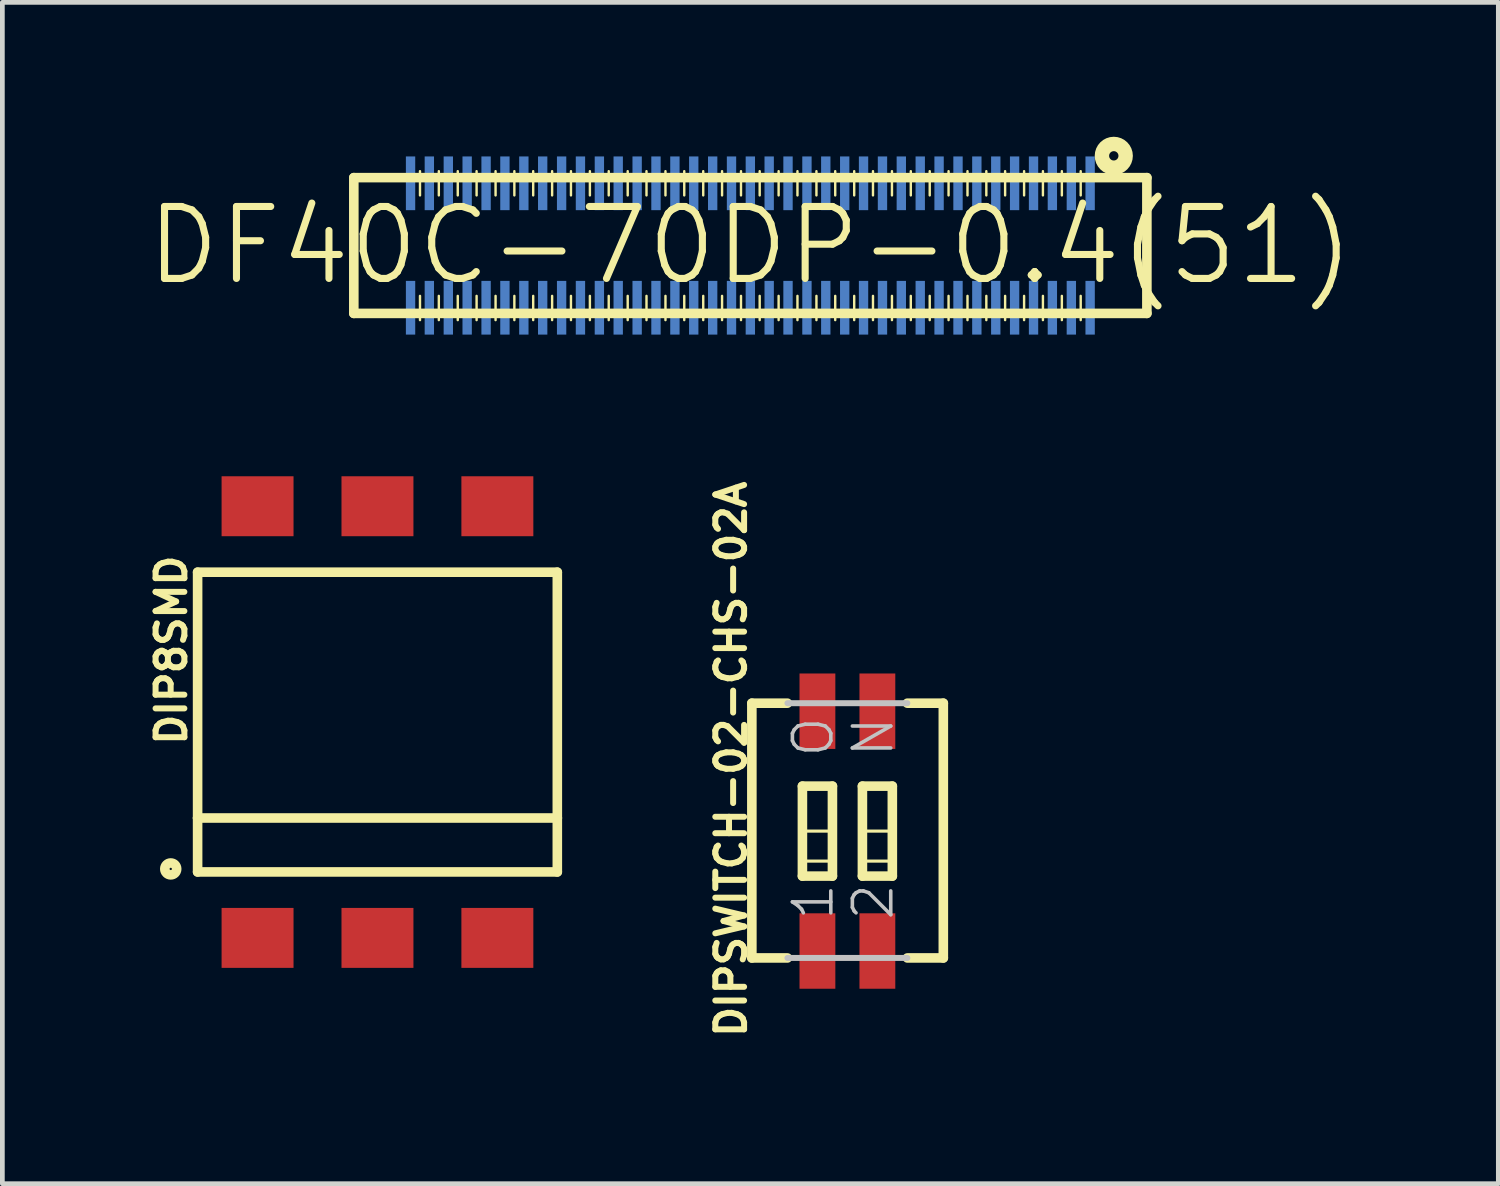
<source format=kicad_pcb>
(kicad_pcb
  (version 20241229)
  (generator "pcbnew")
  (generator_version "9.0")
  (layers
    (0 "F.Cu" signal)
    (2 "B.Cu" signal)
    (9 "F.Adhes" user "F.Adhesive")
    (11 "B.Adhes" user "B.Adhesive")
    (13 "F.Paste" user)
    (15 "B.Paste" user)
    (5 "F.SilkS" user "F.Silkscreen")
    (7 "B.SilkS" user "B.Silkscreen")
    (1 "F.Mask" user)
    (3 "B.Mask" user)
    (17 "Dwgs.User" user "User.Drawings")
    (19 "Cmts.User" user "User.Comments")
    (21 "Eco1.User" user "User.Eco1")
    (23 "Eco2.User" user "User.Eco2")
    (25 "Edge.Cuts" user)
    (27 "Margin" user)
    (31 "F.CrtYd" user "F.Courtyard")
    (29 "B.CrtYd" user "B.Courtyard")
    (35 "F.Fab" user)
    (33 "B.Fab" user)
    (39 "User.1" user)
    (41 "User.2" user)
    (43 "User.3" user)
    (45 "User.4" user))
  (footprint "DF40C-70DP-0.4(51)"
    (layer "F.Cu")
    (at 12.845 2.151)
    (property "Reference" "DF40C-70DP-0.4(51)" (at 0 0 0) (layer "F.SilkS") (effects (font (size 1.524 1.524) (thickness 0.15))))
    (attr smd)
    (fp_line (start -8.4 -1.438) (end 8.4 -1.438) (stroke (width 0.203) (type solid)) (layer "F.SilkS"))
    (fp_line (start -8.4 1.438) (end -8.4 -1.438) (stroke (width 0.203) (type solid)) (layer "F.SilkS"))
    (fp_line (start -6.998 -1.062) (end -6.998 -1.575) (stroke (width 0.051) (type solid)) (layer "F.SilkS"))
    (fp_line (start -6.998 1.58) (end -6.998 1.067) (stroke (width 0.051) (type solid)) (layer "F.SilkS"))
    (fp_line (start -6.599 -1.062) (end -6.599 -1.575) (stroke (width 0.051) (type solid)) (layer "F.SilkS"))
    (fp_line (start -6.599 1.58) (end -6.599 1.067) (stroke (width 0.051) (type solid)) (layer "F.SilkS"))
    (fp_line (start -6.198 -1.062) (end -6.198 -1.575) (stroke (width 0.051) (type solid)) (layer "F.SilkS"))
    (fp_line (start -6.198 1.58) (end -6.198 1.067) (stroke (width 0.051) (type solid)) (layer "F.SilkS"))
    (fp_line (start -5.799 -1.062) (end -5.799 -1.575) (stroke (width 0.051) (type solid)) (layer "F.SilkS"))
    (fp_line (start -5.799 1.58) (end -5.799 1.067) (stroke (width 0.051) (type solid)) (layer "F.SilkS"))
    (fp_line (start -5.397 -1.062) (end -5.397 -1.575) (stroke (width 0.051) (type solid)) (layer "F.SilkS"))
    (fp_line (start -5.397 1.58) (end -5.397 1.067) (stroke (width 0.051) (type solid)) (layer "F.SilkS"))
    (fp_line (start -4.999 -1.062) (end -4.999 -1.575) (stroke (width 0.051) (type solid)) (layer "F.SilkS"))
    (fp_line (start -4.999 1.58) (end -4.999 1.067) (stroke (width 0.051) (type solid)) (layer "F.SilkS"))
    (fp_line (start -4.6 -1.062) (end -4.6 -1.575) (stroke (width 0.051) (type solid)) (layer "F.SilkS"))
    (fp_line (start -4.6 1.58) (end -4.6 1.067) (stroke (width 0.051) (type solid)) (layer "F.SilkS"))
    (fp_line (start -4.199 -1.062) (end -4.199 -1.575) (stroke (width 0.051) (type solid)) (layer "F.SilkS"))
    (fp_line (start -4.199 1.58) (end -4.199 1.067) (stroke (width 0.051) (type solid)) (layer "F.SilkS"))
    (fp_line (start -3.8 -1.062) (end -3.8 -1.575) (stroke (width 0.051) (type solid)) (layer "F.SilkS"))
    (fp_line (start -3.8 1.58) (end -3.8 1.067) (stroke (width 0.051) (type solid)) (layer "F.SilkS"))
    (fp_line (start -3.399 -1.062) (end -3.399 -1.575) (stroke (width 0.051) (type solid)) (layer "F.SilkS"))
    (fp_line (start -3.399 1.58) (end -3.399 1.067) (stroke (width 0.051) (type solid)) (layer "F.SilkS"))
    (fp_line (start -3 -1.062) (end -3 -1.575) (stroke (width 0.051) (type solid)) (layer "F.SilkS"))
    (fp_line (start -3 1.58) (end -3 1.067) (stroke (width 0.051) (type solid)) (layer "F.SilkS"))
    (fp_line (start -2.598 -1.062) (end -2.598 -1.575) (stroke (width 0.051) (type solid)) (layer "F.SilkS"))
    (fp_line (start -2.598 1.58) (end -2.598 1.067) (stroke (width 0.051) (type solid)) (layer "F.SilkS"))
    (fp_line (start -2.2 -1.062) (end -2.2 -1.575) (stroke (width 0.051) (type solid)) (layer "F.SilkS"))
    (fp_line (start -2.2 1.58) (end -2.2 1.067) (stroke (width 0.051) (type solid)) (layer "F.SilkS"))
    (fp_line (start -1.798 -1.062) (end -1.798 -1.575) (stroke (width 0.051) (type solid)) (layer "F.SilkS"))
    (fp_line (start -1.798 1.58) (end -1.798 1.067) (stroke (width 0.051) (type solid)) (layer "F.SilkS"))
    (fp_line (start -1.4 -1.062) (end -1.4 -1.575) (stroke (width 0.051) (type solid)) (layer "F.SilkS"))
    (fp_line (start -1.4 1.58) (end -1.4 1.067) (stroke (width 0.051) (type solid)) (layer "F.SilkS"))
    (fp_line (start -0.998 -1.062) (end -0.998 -1.575) (stroke (width 0.051) (type solid)) (layer "F.SilkS"))
    (fp_line (start -0.998 1.58) (end -0.998 1.067) (stroke (width 0.051) (type solid)) (layer "F.SilkS"))
    (fp_line (start -0.599 -1.062) (end -0.599 -1.575) (stroke (width 0.051) (type solid)) (layer "F.SilkS"))
    (fp_line (start -0.599 1.58) (end -0.599 1.067) (stroke (width 0.051) (type solid)) (layer "F.SilkS"))
    (fp_line (start -0.198 -1.062) (end -0.198 -1.575) (stroke (width 0.051) (type solid)) (layer "F.SilkS"))
    (fp_line (start -0.198 1.58) (end -0.198 1.067) (stroke (width 0.051) (type solid)) (layer "F.SilkS"))
    (fp_line (start 0.198 -1.062) (end 0.198 -1.575) (stroke (width 0.051) (type solid)) (layer "F.SilkS"))
    (fp_line (start 0.198 1.58) (end 0.198 1.067) (stroke (width 0.051) (type solid)) (layer "F.SilkS"))
    (fp_line (start 0.599 -1.062) (end 0.599 -1.575) (stroke (width 0.051) (type solid)) (layer "F.SilkS"))
    (fp_line (start 0.599 1.58) (end 0.599 1.067) (stroke (width 0.051) (type solid)) (layer "F.SilkS"))
    (fp_line (start 0.998 -1.062) (end 0.998 -1.575) (stroke (width 0.051) (type solid)) (layer "F.SilkS"))
    (fp_line (start 0.998 1.58) (end 0.998 1.067) (stroke (width 0.051) (type solid)) (layer "F.SilkS"))
    (fp_line (start 1.4 -1.062) (end 1.4 -1.575) (stroke (width 0.051) (type solid)) (layer "F.SilkS"))
    (fp_line (start 1.4 1.58) (end 1.4 1.067) (stroke (width 0.051) (type solid)) (layer "F.SilkS"))
    (fp_line (start 1.798 -1.062) (end 1.798 -1.575) (stroke (width 0.051) (type solid)) (layer "F.SilkS"))
    (fp_line (start 1.798 1.58) (end 1.798 1.067) (stroke (width 0.051) (type solid)) (layer "F.SilkS"))
    (fp_line (start 2.2 -1.062) (end 2.2 -1.575) (stroke (width 0.051) (type solid)) (layer "F.SilkS"))
    (fp_line (start 2.2 1.58) (end 2.2 1.067) (stroke (width 0.051) (type solid)) (layer "F.SilkS"))
    (fp_line (start 2.598 -1.062) (end 2.598 -1.575) (stroke (width 0.051) (type solid)) (layer "F.SilkS"))
    (fp_line (start 2.598 1.58) (end 2.598 1.067) (stroke (width 0.051) (type solid)) (layer "F.SilkS"))
    (fp_line (start 3 -1.062) (end 3 -1.575) (stroke (width 0.051) (type solid)) (layer "F.SilkS"))
    (fp_line (start 3 1.58) (end 3 1.067) (stroke (width 0.051) (type solid)) (layer "F.SilkS"))
    (fp_line (start 3.399 -1.062) (end 3.399 -1.575) (stroke (width 0.051) (type solid)) (layer "F.SilkS"))
    (fp_line (start 3.399 1.58) (end 3.399 1.067) (stroke (width 0.051) (type solid)) (layer "F.SilkS"))
    (fp_line (start 3.8 -1.062) (end 3.8 -1.575) (stroke (width 0.051) (type solid)) (layer "F.SilkS"))
    (fp_line (start 3.8 1.58) (end 3.8 1.067) (stroke (width 0.051) (type solid)) (layer "F.SilkS"))
    (fp_line (start 4.199 -1.062) (end 4.199 -1.575) (stroke (width 0.051) (type solid)) (layer "F.SilkS"))
    (fp_line (start 4.199 1.58) (end 4.199 1.067) (stroke (width 0.051) (type solid)) (layer "F.SilkS"))
    (fp_line (start 4.6 -1.062) (end 4.6 -1.575) (stroke (width 0.051) (type solid)) (layer "F.SilkS"))
    (fp_line (start 4.6 1.58) (end 4.6 1.067) (stroke (width 0.051) (type solid)) (layer "F.SilkS"))
    (fp_line (start 4.999 -1.062) (end 4.999 -1.575) (stroke (width 0.051) (type solid)) (layer "F.SilkS"))
    (fp_line (start 4.999 1.58) (end 4.999 1.067) (stroke (width 0.051) (type solid)) (layer "F.SilkS"))
    (fp_line (start 5.397 -1.062) (end 5.397 -1.575) (stroke (width 0.051) (type solid)) (layer "F.SilkS"))
    (fp_line (start 5.397 1.58) (end 5.397 1.067) (stroke (width 0.051) (type solid)) (layer "F.SilkS"))
    (fp_line (start 5.799 -1.062) (end 5.799 -1.575) (stroke (width 0.051) (type solid)) (layer "F.SilkS"))
    (fp_line (start 5.799 1.58) (end 5.799 1.067) (stroke (width 0.051) (type solid)) (layer "F.SilkS"))
    (fp_line (start 6.198 -1.062) (end 6.198 -1.575) (stroke (width 0.051) (type solid)) (layer "F.SilkS"))
    (fp_line (start 6.198 1.58) (end 6.198 1.067) (stroke (width 0.051) (type solid)) (layer "F.SilkS"))
    (fp_line (start 6.599 -1.062) (end 6.599 -1.575) (stroke (width 0.051) (type solid)) (layer "F.SilkS"))
    (fp_line (start 6.599 1.58) (end 6.599 1.067) (stroke (width 0.051) (type solid)) (layer "F.SilkS"))
    (fp_line (start 6.998 -1.062) (end 6.998 -1.575) (stroke (width 0.051) (type solid)) (layer "F.SilkS"))
    (fp_line (start 6.998 1.58) (end 6.998 1.067) (stroke (width 0.051) (type solid)) (layer "F.SilkS"))
    (fp_line (start 8.4 -1.438) (end 8.4 1.438) (stroke (width 0.203) (type solid)) (layer "F.SilkS"))
    (fp_line (start 8.4 1.438) (end -8.4 1.438) (stroke (width 0.203) (type solid)) (layer "F.SilkS"))
    (fp_circle (center 7.699 -1.9) (end 7.699 -1.999) (stroke (width 0.305) (type solid)) (fill no) (layer "F.SilkS"))
    (pad "1" smd rect (at 6.8 -1.318) (size 0.198 1.138) (layers "B.Cu" "B.Mask"))
    (pad "2" smd rect (at 6.8 1.318) (size 0.198 1.138) (layers "B.Cu" "B.Mask"))
    (pad "3" smd rect (at 6.398 -1.318) (size 0.198 1.138) (layers "B.Cu" "B.Mask"))
    (pad "4" smd rect (at 6.398 1.318) (size 0.198 1.138) (layers "B.Cu" "B.Mask"))
    (pad "5" smd rect (at 5.999 -1.318) (size 0.198 1.138) (layers "B.Cu" "B.Mask"))
    (pad "6" smd rect (at 5.999 1.318) (size 0.198 1.138) (layers "B.Cu" "B.Mask"))
    (pad "7" smd rect (at 5.598 -1.318) (size 0.198 1.138) (layers "B.Cu" "B.Mask"))
    (pad "8" smd rect (at 5.598 1.318) (size 0.198 1.138) (layers "B.Cu" "B.Mask"))
    (pad "9" smd rect (at 5.199 -1.318) (size 0.198 1.138) (layers "B.Cu" "B.Mask"))
    (pad "10" smd rect (at 5.199 1.318) (size 0.198 1.138) (layers "B.Cu" "B.Mask"))
    (pad "11" smd rect (at 4.798 -1.318) (size 0.198 1.138) (layers "B.Cu" "B.Mask"))
    (pad "12" smd rect (at 4.798 1.318) (size 0.198 1.138) (layers "B.Cu" "B.Mask"))
    (pad "13" smd rect (at 4.399 -1.318) (size 0.198 1.138) (layers "B.Cu" "B.Mask"))
    (pad "14" smd rect (at 4.399 1.318) (size 0.198 1.138) (layers "B.Cu" "B.Mask"))
    (pad "15" smd rect (at 3.998 -1.318) (size 0.198 1.138) (layers "B.Cu" "B.Mask"))
    (pad "16" smd rect (at 3.998 1.318) (size 0.198 1.138) (layers "B.Cu" "B.Mask"))
    (pad "17" smd rect (at 3.599 -1.318) (size 0.198 1.138) (layers "B.Cu" "B.Mask"))
    (pad "18" smd rect (at 3.599 1.318) (size 0.198 1.138) (layers "B.Cu" "B.Mask"))
    (pad "19" smd rect (at 3.198 -1.318) (size 0.198 1.138) (layers "B.Cu" "B.Mask"))
    (pad "20" smd rect (at 3.198 1.318) (size 0.198 1.138) (layers "B.Cu" "B.Mask"))
    (pad "21" smd rect (at 2.799 -1.318) (size 0.198 1.138) (layers "B.Cu" "B.Mask"))
    (pad "22" smd rect (at 2.799 1.318) (size 0.198 1.138) (layers "B.Cu" "B.Mask"))
    (pad "23" smd rect (at 2.398 -1.318) (size 0.198 1.138) (layers "B.Cu" "B.Mask"))
    (pad "24" smd rect (at 2.398 1.318) (size 0.198 1.138) (layers "B.Cu" "B.Mask"))
    (pad "25" smd rect (at 1.999 -1.318) (size 0.198 1.138) (layers "B.Cu" "B.Mask"))
    (pad "26" smd rect (at 1.999 1.318) (size 0.198 1.138) (layers "B.Cu" "B.Mask"))
    (pad "27" smd rect (at 1.598 -1.318) (size 0.198 1.138) (layers "B.Cu" "B.Mask"))
    (pad "28" smd rect (at 1.598 1.318) (size 0.198 1.138) (layers "B.Cu" "B.Mask"))
    (pad "29" smd rect (at 1.199 -1.318) (size 0.198 1.138) (layers "B.Cu" "B.Mask"))
    (pad "30" smd rect (at 1.199 1.318) (size 0.198 1.138) (layers "B.Cu" "B.Mask"))
    (pad "31" smd rect (at 0.798 -1.318) (size 0.198 1.138) (layers "B.Cu" "B.Mask"))
    (pad "32" smd rect (at 0.798 1.318) (size 0.198 1.138) (layers "B.Cu" "B.Mask"))
    (pad "33" smd rect (at 0.399 -1.318) (size 0.198 1.138) (layers "B.Cu" "B.Mask"))
    (pad "34" smd rect (at 0.399 1.318) (size 0.198 1.138) (layers "B.Cu" "B.Mask"))
    (pad "35" smd rect (at 0 -1.318) (size 0.198 1.138) (layers "B.Cu" "B.Mask"))
    (pad "36" smd rect (at 0 1.318) (size 0.198 1.138) (layers "B.Cu" "B.Mask"))
    (pad "37" smd rect (at -0.399 -1.318) (size 0.198 1.138) (layers "B.Cu" "B.Mask"))
    (pad "38" smd rect (at -0.399 1.318) (size 0.198 1.138) (layers "B.Cu" "B.Mask"))
    (pad "39" smd rect (at -0.798 -1.318) (size 0.198 1.138) (layers "B.Cu" "B.Mask"))
    (pad "40" smd rect (at -0.798 1.318) (size 0.198 1.138) (layers "B.Cu" "B.Mask"))
    (pad "41" smd rect (at -1.199 -1.318) (size 0.198 1.138) (layers "B.Cu" "B.Mask"))
    (pad "42" smd rect (at -1.199 1.318) (size 0.198 1.138) (layers "B.Cu" "B.Mask"))
    (pad "43" smd rect (at -1.598 -1.318) (size 0.198 1.138) (layers "B.Cu" "B.Mask"))
    (pad "44" smd rect (at -1.598 1.318) (size 0.198 1.138) (layers "B.Cu" "B.Mask"))
    (pad "45" smd rect (at -1.999 -1.318) (size 0.198 1.138) (layers "B.Cu" "B.Mask"))
    (pad "46" smd rect (at -1.999 1.318) (size 0.198 1.138) (layers "B.Cu" "B.Mask"))
    (pad "47" smd rect (at -2.398 -1.318) (size 0.198 1.138) (layers "B.Cu" "B.Mask"))
    (pad "48" smd rect (at -2.398 1.318) (size 0.198 1.138) (layers "B.Cu" "B.Mask"))
    (pad "49" smd rect (at -2.799 -1.318) (size 0.198 1.138) (layers "B.Cu" "B.Mask"))
    (pad "50" smd rect (at -2.799 1.318) (size 0.198 1.138) (layers "B.Cu" "B.Mask"))
    (pad "51" smd rect (at -3.198 -1.318) (size 0.198 1.138) (layers "B.Cu" "B.Mask"))
    (pad "52" smd rect (at -3.198 1.318) (size 0.198 1.138) (layers "B.Cu" "B.Mask"))
    (pad "53" smd rect (at -3.599 -1.318) (size 0.198 1.138) (layers "B.Cu" "B.Mask"))
    (pad "54" smd rect (at -3.599 1.318) (size 0.198 1.138) (layers "B.Cu" "B.Mask"))
    (pad "55" smd rect (at -3.998 -1.318) (size 0.198 1.138) (layers "B.Cu" "B.Mask"))
    (pad "56" smd rect (at -3.998 1.318) (size 0.198 1.138) (layers "B.Cu" "B.Mask"))
    (pad "57" smd rect (at -4.399 -1.318) (size 0.198 1.138) (layers "B.Cu" "B.Mask"))
    (pad "58" smd rect (at -4.399 1.318) (size 0.198 1.138) (layers "B.Cu" "B.Mask"))
    (pad "59" smd rect (at -4.798 -1.318) (size 0.198 1.138) (layers "B.Cu" "B.Mask"))
    (pad "60" smd rect (at -4.798 1.318) (size 0.198 1.138) (layers "B.Cu" "B.Mask"))
    (pad "61" smd rect (at -5.199 -1.318) (size 0.198 1.138) (layers "B.Cu" "B.Mask"))
    (pad "62" smd rect (at -5.199 1.318) (size 0.198 1.138) (layers "B.Cu" "B.Mask"))
    (pad "63" smd rect (at -5.598 -1.318) (size 0.198 1.138) (layers "B.Cu" "B.Mask"))
    (pad "64" smd rect (at -5.598 1.318) (size 0.198 1.138) (layers "B.Cu" "B.Mask"))
    (pad "65" smd rect (at -5.999 -1.318) (size 0.198 1.138) (layers "B.Cu" "B.Mask"))
    (pad "66" smd rect (at -5.999 1.318) (size 0.198 1.138) (layers "B.Cu" "B.Mask"))
    (pad "67" smd rect (at -6.398 -1.318) (size 0.198 1.138) (layers "B.Cu" "B.Mask"))
    (pad "68" smd rect (at -6.398 1.318) (size 0.198 1.138) (layers "B.Cu" "B.Mask"))
    (pad "69" smd rect (at -6.8 -1.318) (size 0.198 1.138) (layers "B.Cu" "B.Mask"))
    (pad "70" smd rect (at -6.8 1.318) (size 0.198 1.138) (layers "B.Cu" "B.Mask"))
    (pad "NC1" smd rect (at 7.198 -1.318) (size 0.198 1.138) (layers "B.Cu" "B.Mask"))
    (pad "NC2" smd rect (at 7.198 1.318) (size 0.198 1.138) (layers "B.Cu" "B.Mask"))
    (pad "NC3" smd rect (at -7.198 1.318) (size 0.198 1.138) (layers "B.Cu" "B.Mask"))
    (pad "NC4" smd rect (at -7.198 -1.318) (size 0.198 1.138) (layers "B.Cu" "B.Mask")))
  (footprint "DIP8SMD"
    (layer "F.Cu")
    (at 4.946 12.246)
    (property "Reference" "DIP8SMD" (at -4.366 -1.524 90) (layer "F.SilkS") (effects (font (size 0.61 0.61) (thickness 0.127))))
    (attr smd)
    (fp_line (start -3.81 -3.175) (end 3.81 -3.175) (stroke (width 0.203) (type solid)) (layer "F.SilkS"))
    (fp_line (start -3.81 2.032) (end -3.81 -3.175) (stroke (width 0.203) (type solid)) (layer "F.SilkS"))
    (fp_line (start -3.81 2.032) (end 3.81 2.032) (stroke (width 0.203) (type solid)) (layer "F.SilkS"))
    (fp_line (start -3.81 3.175) (end -3.81 2.032) (stroke (width 0.203) (type solid)) (layer "F.SilkS"))
    (fp_line (start 3.81 -3.175) (end 3.81 2.032) (stroke (width 0.203) (type solid)) (layer "F.SilkS"))
    (fp_line (start 3.81 2.032) (end 3.81 3.175) (stroke (width 0.203) (type solid)) (layer "F.SilkS"))
    (fp_line (start 3.81 3.175) (end -3.81 3.175) (stroke (width 0.203) (type solid)) (layer "F.SilkS"))
    (fp_circle (center -4.379 3.111) (end -4.379 2.985) (stroke (width 0.203) (type solid)) (fill no) (layer "F.SilkS"))
    (pad "1" smd rect (at -2.54 4.572) (size 1.524 1.27) (layers "F.Cu" "F.Mask" "F.Paste"))
    (pad "2" smd rect (at 0 4.572) (size 1.524 1.27) (layers "F.Cu" "F.Mask" "F.Paste"))
    (pad "3" smd rect (at 2.54 4.572) (size 1.524 1.27) (layers "F.Cu" "F.Mask" "F.Paste"))
    (pad "4" smd rect (at 2.54 -4.572) (size 1.524 1.27) (layers "F.Cu" "F.Mask" "F.Paste"))
    (pad "5" smd rect (at 0 -4.572) (size 1.524 1.27) (layers "F.Cu" "F.Mask" "F.Paste"))
    (pad "6" smd rect (at -2.54 -4.572) (size 1.524 1.27) (layers "F.Cu" "F.Mask" "F.Paste")))
  (footprint "DIPSWITCH-02-CHS-02A"
    (layer "F.Cu")
    (at 14.266 14.556)
    (property "Reference" "DIPSWITCH-02-CHS-02A" (at -1.829 -1.524 90) (layer "F.SilkS") (effects (font (size 0.61 0.61) (thickness 0.127))))
    (attr smd)
    (fp_line (start -1.389 -2.71) (end -1.389 2.687) (stroke (width 0.203) (type solid)) (layer "F.SilkS"))
    (fp_line (start -1.389 2.687) (end -0.635 2.687) (stroke (width 0.203) (type solid)) (layer "F.SilkS"))
    (fp_line (start -0.635 -2.71) (end -1.389 -2.71) (stroke (width 0.203) (type solid)) (layer "F.SilkS"))
    (fp_line (start -0.318 -0.953) (end 0.318 -0.953) (stroke (width 0.203) (type solid)) (layer "F.SilkS"))
    (fp_line (start -0.318 0) (end 0.318 0) (stroke (width 0.066) (type solid)) (layer "F.SilkS"))
    (fp_line (start -0.318 0.635) (end -0.318 0) (stroke (width 0.066) (type solid)) (layer "F.SilkS"))
    (fp_line (start -0.318 0.635) (end 0.318 0.635) (stroke (width 0.066) (type solid)) (layer "F.SilkS"))
    (fp_line (start -0.318 0.953) (end -0.318 -0.953) (stroke (width 0.203) (type solid)) (layer "F.SilkS"))
    (fp_line (start 0.318 -0.953) (end 0.318 0.953) (stroke (width 0.203) (type solid)) (layer "F.SilkS"))
    (fp_line (start 0.318 0.635) (end 0.318 0) (stroke (width 0.066) (type solid)) (layer "F.SilkS"))
    (fp_line (start 0.318 0.953) (end -0.318 0.953) (stroke (width 0.203) (type solid)) (layer "F.SilkS"))
    (fp_line (start 0.953 -0.953) (end 1.587 -0.953) (stroke (width 0.203) (type solid)) (layer "F.SilkS"))
    (fp_line (start 0.953 0) (end 1.587 0) (stroke (width 0.066) (type solid)) (layer "F.SilkS"))
    (fp_line (start 0.953 0.635) (end 0.953 0) (stroke (width 0.066) (type solid)) (layer "F.SilkS"))
    (fp_line (start 0.953 0.635) (end 1.587 0.635) (stroke (width 0.066) (type solid)) (layer "F.SilkS"))
    (fp_line (start 0.953 0.953) (end 0.953 -0.953) (stroke (width 0.203) (type solid)) (layer "F.SilkS"))
    (fp_line (start 1.587 -0.953) (end 1.587 0.953) (stroke (width 0.203) (type solid)) (layer "F.SilkS"))
    (fp_line (start 1.587 0.635) (end 1.587 0) (stroke (width 0.066) (type solid)) (layer "F.SilkS"))
    (fp_line (start 1.587 0.953) (end 0.953 0.953) (stroke (width 0.203) (type solid)) (layer "F.SilkS"))
    (fp_line (start 1.905 2.687) (end 2.667 2.687) (stroke (width 0.203) (type solid)) (layer "F.SilkS"))
    (fp_line (start 2.667 -2.71) (end 1.905 -2.71) (stroke (width 0.203) (type solid)) (layer "F.SilkS"))
    (fp_line (start 2.667 2.687) (end 2.667 -2.71) (stroke (width 0.203) (type solid)) (layer "F.SilkS"))
    (fp_line (start -0.635 2.687) (end 1.905 2.687) (stroke (width 0.127) (type solid)) (layer "Dwgs.User"))
    (fp_line (start 1.905 -2.71) (end -0.635 -2.71) (stroke (width 0.127) (type solid)) (layer "Dwgs.User"))
    (fp_text user "2" (at 1.181 1.499 90) (layer "Dwgs.User") (effects (font (size 0.813 0.813) (thickness 0.076))))
    (fp_text user "O" (at -0.089 -1.994 90) (layer "Dwgs.User") (effects (font (size 0.813 0.813) (thickness 0.076))))
    (fp_text user "N" (at 1.181 -1.994 90) (layer "Dwgs.User") (effects (font (size 0.813 0.813) (thickness 0.076))))
    (fp_text user "1" (at -0.089 1.499 90) (layer "Dwgs.User") (effects (font (size 0.813 0.813) (thickness 0.076))))
    (pad "1" smd rect (at 0 2.54) (size 0.759 1.598) (layers "F.Cu" "F.Mask" "F.Paste"))
    (pad "2" smd rect (at 1.27 2.54) (size 0.759 1.598) (layers "F.Cu" "F.Mask" "F.Paste"))
    (pad "3" smd rect (at 1.27 -2.54) (size 0.759 1.598) (layers "F.Cu" "F.Mask" "F.Paste"))
    (pad "4" smd rect (at 0 -2.54) (size 0.759 1.598) (layers "F.Cu" "F.Mask" "F.Paste")))
  (gr_rect
    (start -3 -3)
    (end 28.69 22.025)
    (stroke (width 0.1) (type default))
    (fill no)
    (layer "Edge.Cuts")))
</source>
